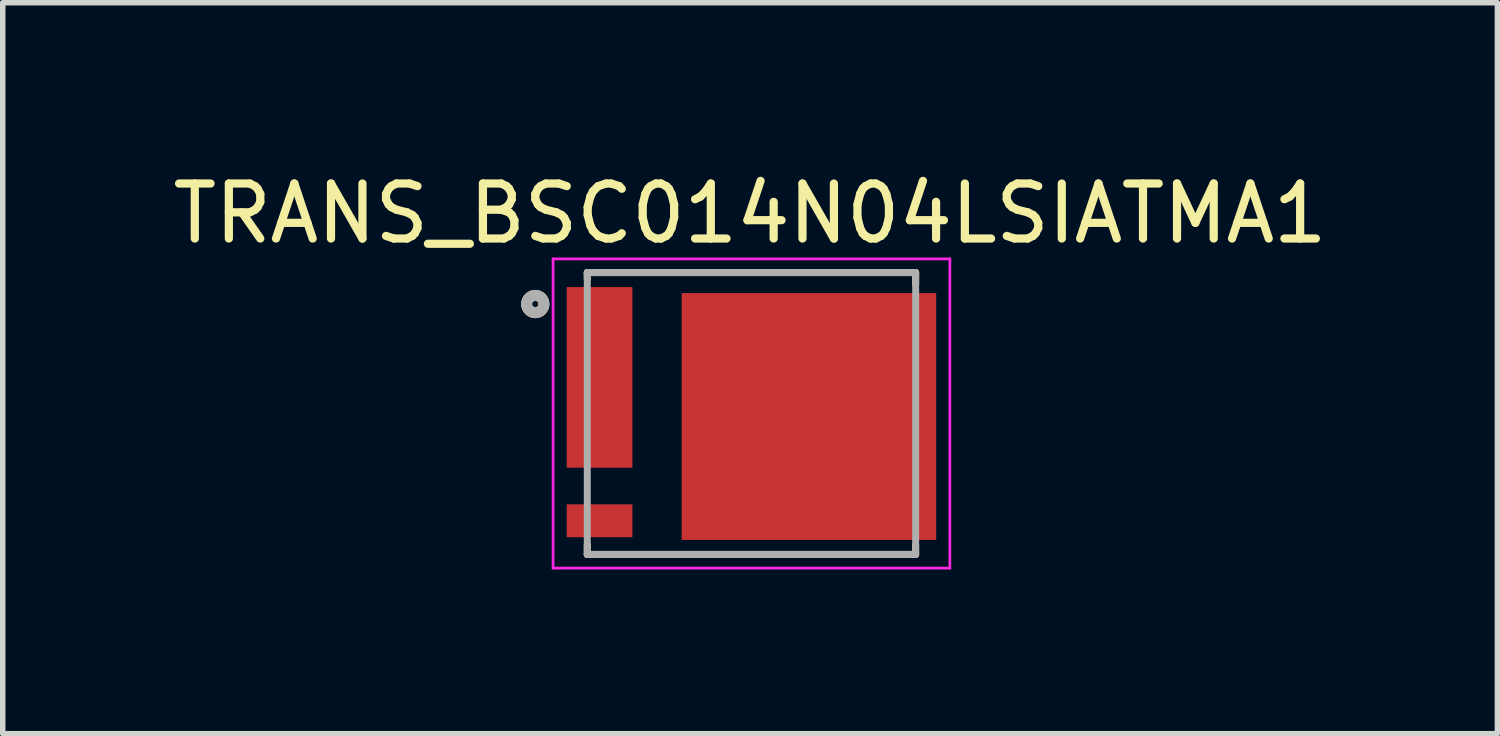
<source format=kicad_pcb>
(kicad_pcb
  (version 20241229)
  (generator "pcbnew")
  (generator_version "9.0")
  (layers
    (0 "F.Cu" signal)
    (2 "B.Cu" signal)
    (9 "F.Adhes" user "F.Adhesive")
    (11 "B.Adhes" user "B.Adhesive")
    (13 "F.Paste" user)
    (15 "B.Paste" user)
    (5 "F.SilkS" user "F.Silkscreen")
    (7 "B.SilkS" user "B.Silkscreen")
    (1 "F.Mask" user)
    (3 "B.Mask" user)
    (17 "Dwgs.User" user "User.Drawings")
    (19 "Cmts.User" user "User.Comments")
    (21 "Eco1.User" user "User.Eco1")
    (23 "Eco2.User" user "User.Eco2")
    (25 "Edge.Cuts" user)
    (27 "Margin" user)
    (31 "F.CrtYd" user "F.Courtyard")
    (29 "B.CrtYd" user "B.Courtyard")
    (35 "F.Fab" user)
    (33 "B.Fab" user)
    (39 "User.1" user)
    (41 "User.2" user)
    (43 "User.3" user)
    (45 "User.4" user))
  (footprint "TRANS_BSC014N04LSIATMA1"
    (layer "F.Cu")
    (at 10.68 4.505)
    (property "Reference" "TRANS_BSC014N04LSIATMA1" (at -0.025 -3.654 0) (layer "F.SilkS") (effects (font (size 1.005 1.005) (thickness 0.15))))
    (attr smd)
    (fp_poly (pts (xy -3.325 1.71) (xy -2.225 1.71) (xy -2.225 2.21) (xy -3.325 2.21)) (stroke (width 0.0001) (type solid)) (fill yes) (layer "F.Mask"))
    (fp_poly (pts (xy -2.825 -2.26) (xy -2.225 -2.26) (xy -2.225 0.94) (xy -3.325 0.94) (xy -3.325 0.44) (xy -2.825 0.44) (xy -2.825 -0.33) (xy -3.325 -0.33) (xy -3.325 -0.83) (xy -2.825 -0.83) (xy -2.825 -1.6) (xy -3.325 -1.6) (xy -3.325 -2.1) (xy -2.825 -2.1)) (stroke (width 0.0001) (type solid)) (fill yes) (layer "F.Mask"))
    (fp_poly (pts (xy -1.225 -2.15) (xy 3.325 -2.15) (xy 3.325 -1.55) (xy 2.525 -1.55) (xy 2.525 -0.88) (xy 3.325 -0.88) (xy 3.325 -0.28) (xy 2.525 -0.28) (xy 2.525 0.39) (xy 3.325 0.39) (xy 3.325 0.99) (xy 2.525 0.99) (xy 2.525 1.66) (xy 3.325 1.66) (xy 3.325 2.26) (xy -1.225 2.26)) (stroke (width 0.0001) (type solid)) (fill yes) (layer "F.Mask"))
    (fp_line (start -3 -2.575) (end 3 -2.575) (stroke (width 0.127) (type solid)) (layer "F.SilkS"))
    (fp_line (start -3 -2.45) (end -3 -2.575) (stroke (width 0.127) (type solid)) (layer "F.SilkS"))
    (fp_line (start -3 2.575) (end -3 2.4) (stroke (width 0.127) (type solid)) (layer "F.SilkS"))
    (fp_line (start 3 -2.575) (end 3 -2.36) (stroke (width 0.127) (type solid)) (layer "F.SilkS"))
    (fp_line (start 3 2.4) (end 3 2.575) (stroke (width 0.127) (type solid)) (layer "F.SilkS"))
    (fp_line (start 3 2.575) (end -3 2.575) (stroke (width 0.127) (type solid)) (layer "F.SilkS"))
    (fp_circle (center -3.95 -2) (end -3.792 -2) (stroke (width 0.2) (type solid)) (fill no) (layer "F.SilkS"))
    (fp_poly (pts (xy -3.284 -2.05) (xy -2.92 -2.05) (xy -2.92 -1.657) (xy -3.284 -1.657)) (stroke (width 0.01) (type solid)) (fill yes) (layer "F.Paste"))
    (fp_poly (pts (xy -3.28 1.76) (xy -2.92 1.76) (xy -2.92 2.167) (xy -3.28 2.167)) (stroke (width 0.01) (type solid)) (fill yes) (layer "F.Paste"))
    (fp_poly (pts (xy -3.279 0.49) (xy -2.92 0.49) (xy -2.92 0.893) (xy -3.279 0.893)) (stroke (width 0.01) (type solid)) (fill yes) (layer "F.Paste"))
    (fp_poly (pts (xy -3.277 -0.78) (xy -2.92 -0.78) (xy -2.92 -0.381) (xy -3.277 -0.381)) (stroke (width 0.01) (type solid)) (fill yes) (layer "F.Paste"))
    (fp_poly (pts (xy -2.732 -2.21) (xy -2.27 -2.21) (xy -2.27 -1.316) (xy -2.732 -1.316)) (stroke (width 0.01) (type solid)) (fill yes) (layer "F.Paste"))
    (fp_poly (pts (xy -2.73 -1.11) (xy -2.27 -1.11) (xy -2.27 -0.211) (xy -2.73 -0.211)) (stroke (width 0.01) (type solid)) (fill yes) (layer "F.Paste"))
    (fp_poly (pts (xy -2.724 -0.01) (xy -2.27 -0.01) (xy -2.27 0.891) (xy -2.724 0.891)) (stroke (width 0.01) (type solid)) (fill yes) (layer "F.Paste"))
    (fp_poly (pts (xy -2.724 1.76) (xy -2.27 1.76) (xy -2.27 2.163) (xy -2.724 2.163)) (stroke (width 0.01) (type solid)) (fill yes) (layer "F.Paste"))
    (fp_poly (pts (xy -0.964 0.155) (xy 0.54 0.155) (xy 0.54 1.662) (xy -0.964 1.662)) (stroke (width 0.01) (type solid)) (fill yes) (layer "F.Paste"))
    (fp_poly (pts (xy -0.963 -1.545) (xy 0.54 -1.545) (xy 0.54 -0.045) (xy -0.963 -0.045)) (stroke (width 0.01) (type solid)) (fill yes) (layer "F.Paste"))
    (fp_poly (pts (xy 0.742 -1.545) (xy 2.24 -1.545) (xy 2.24 -0.045) (xy 0.742 -0.045)) (stroke (width 0.01) (type solid)) (fill yes) (layer "F.Paste"))
    (fp_poly (pts (xy 0.743 0.155) (xy 2.24 0.155) (xy 2.24 1.661) (xy 0.743 1.661)) (stroke (width 0.01) (type solid)) (fill yes) (layer "F.Paste"))
    (fp_poly (pts (xy 2.522 -2.1) (xy 3.27 -2.1) (xy 3.27 -1.602) (xy 2.522 -1.602)) (stroke (width 0.01) (type solid)) (fill yes) (layer "F.Paste"))
    (fp_poly (pts (xy 2.523 1.71) (xy 3.27 1.71) (xy 3.27 2.212) (xy 2.523 2.212)) (stroke (width 0.01) (type solid)) (fill yes) (layer "F.Paste"))
    (fp_poly (pts (xy 2.529 0.44) (xy 3.27 0.44) (xy 3.27 0.943) (xy 2.529 0.943)) (stroke (width 0.01) (type solid)) (fill yes) (layer "F.Paste"))
    (fp_poly (pts (xy 2.53 -0.83) (xy 3.27 -0.83) (xy 3.27 -0.331) (xy 2.53 -0.331)) (stroke (width 0.01) (type solid)) (fill yes) (layer "F.Paste"))
    (fp_line (start -3.625 -2.825) (end 3.625 -2.825) (stroke (width 0.05) (type solid)) (layer "F.CrtYd"))
    (fp_line (start -3.625 2.825) (end -3.625 -2.825) (stroke (width 0.05) (type solid)) (layer "F.CrtYd"))
    (fp_line (start 3.625 -2.825) (end 3.625 2.825) (stroke (width 0.05) (type solid)) (layer "F.CrtYd"))
    (fp_line (start 3.625 2.825) (end -3.625 2.825) (stroke (width 0.05) (type solid)) (layer "F.CrtYd"))
    (fp_line (start -3 -2.575) (end 3 -2.575) (stroke (width 0.127) (type solid)) (layer "F.Fab"))
    (fp_line (start -3 2.575) (end -3 -2.575) (stroke (width 0.127) (type solid)) (layer "F.Fab"))
    (fp_line (start 3 -2.575) (end 3 2.575) (stroke (width 0.127) (type solid)) (layer "F.Fab"))
    (fp_line (start 3 2.575) (end -3 2.575) (stroke (width 0.127) (type solid)) (layer "F.Fab"))
    (fp_circle (center -3.95 -2) (end -3.792 -2) (stroke (width 0.2) (type solid)) (fill no) (layer "F.Fab"))
    (pad "1" smd rect (at -2.775 -0.66) (size 1.2 3.3) (layers "F.Cu"))
    (pad "4" smd rect (at -2.775 1.96) (size 1.2 0.6) (layers "F.Cu"))
    (pad "8" smd rect (at 1.05 0.055) (size 4.65 4.51) (layers "F.Cu")))
  (gr_rect
    (start -3 -3)
    (end 24.309 10.355)
    (stroke (width 0.1) (type default))
    (fill no)
    (layer "Edge.Cuts")))
</source>
